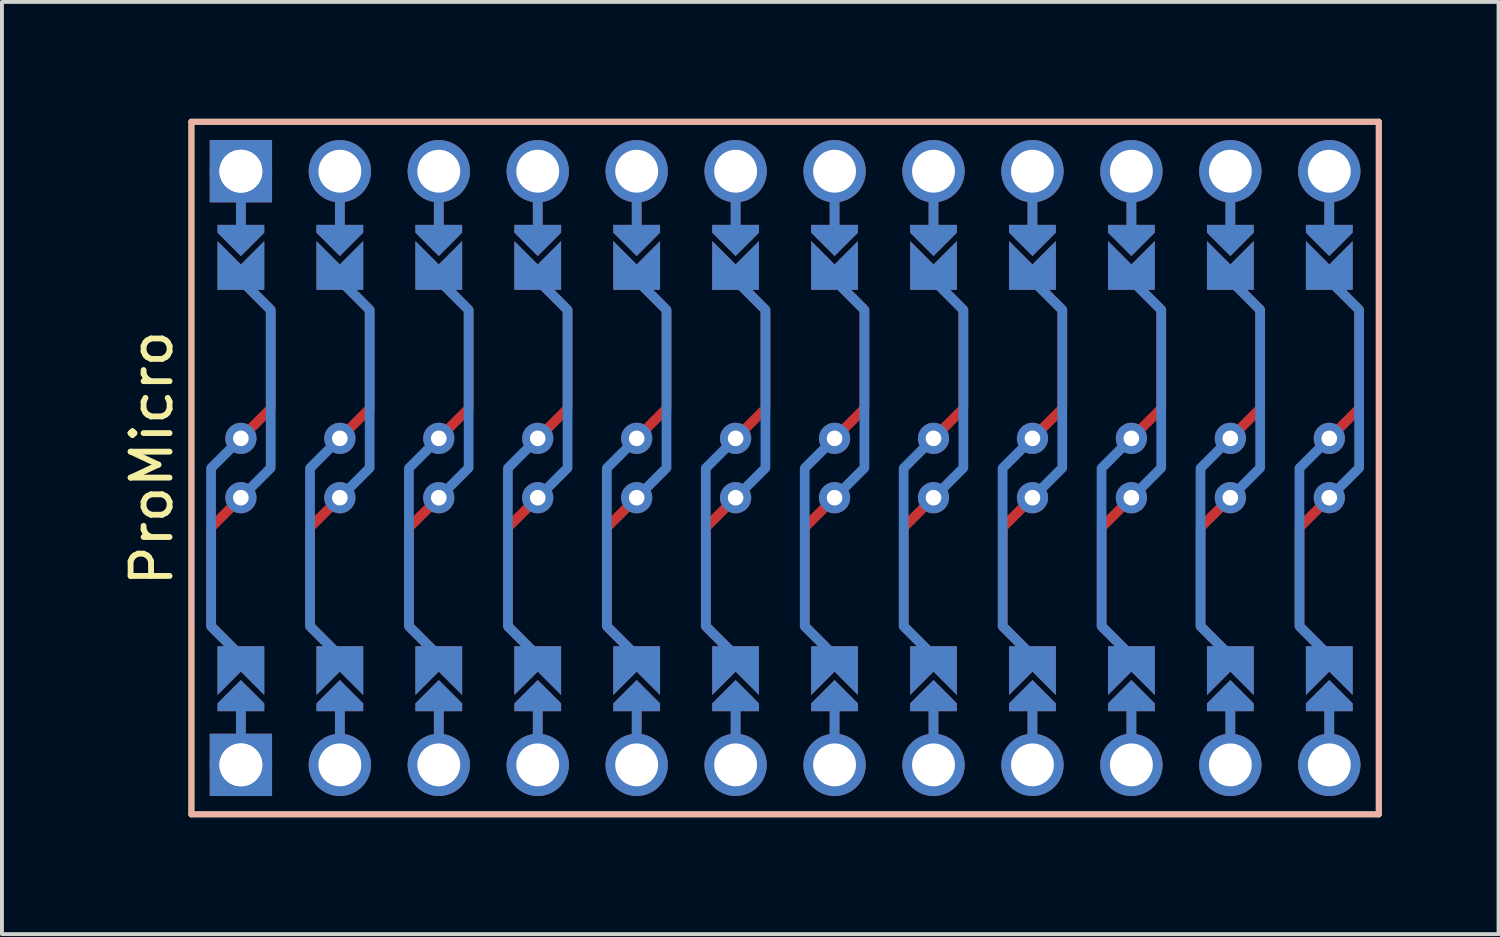
<source format=kicad_pcb>
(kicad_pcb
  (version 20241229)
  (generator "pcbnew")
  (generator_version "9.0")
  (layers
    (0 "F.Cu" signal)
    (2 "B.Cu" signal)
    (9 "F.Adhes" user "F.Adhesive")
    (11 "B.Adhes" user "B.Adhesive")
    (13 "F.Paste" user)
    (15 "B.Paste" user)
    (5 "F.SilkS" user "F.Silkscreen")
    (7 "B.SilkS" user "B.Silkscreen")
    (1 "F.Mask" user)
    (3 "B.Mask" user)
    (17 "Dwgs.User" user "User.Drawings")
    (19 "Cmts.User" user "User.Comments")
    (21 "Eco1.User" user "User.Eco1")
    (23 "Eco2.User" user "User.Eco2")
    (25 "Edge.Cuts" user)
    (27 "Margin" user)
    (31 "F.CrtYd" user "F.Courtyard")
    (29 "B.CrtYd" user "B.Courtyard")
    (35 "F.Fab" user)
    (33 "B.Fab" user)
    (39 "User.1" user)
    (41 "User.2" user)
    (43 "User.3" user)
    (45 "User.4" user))
  (footprint "ProMicro"
    (layer "F.Cu")
    (at 17.104 8.965)
    (property "Reference" "ProMicro" (at -16.256 -0.254 90) (layer "F.SilkS") (effects (font (size 1 1) (thickness 0.15))))
    (attr through_hole)
    (fp_circle (center -13.97 -0.762) (end -13.845 -0.762) (stroke (width 0.25) (type solid)) (fill no) (layer "F.Mask"))
    (fp_circle (center -13.97 0.762) (end -13.845 0.762) (stroke (width 0.25) (type solid)) (fill no) (layer "F.Mask"))
    (fp_circle (center -11.43 -0.762) (end -11.305 -0.762) (stroke (width 0.25) (type solid)) (fill no) (layer "F.Mask"))
    (fp_circle (center -11.43 0.762) (end -11.305 0.762) (stroke (width 0.25) (type solid)) (fill no) (layer "F.Mask"))
    (fp_circle (center -8.89 -0.762) (end -8.765 -0.762) (stroke (width 0.25) (type solid)) (fill no) (layer "F.Mask"))
    (fp_circle (center -8.89 0.762) (end -8.765 0.762) (stroke (width 0.25) (type solid)) (fill no) (layer "F.Mask"))
    (fp_circle (center -6.35 -0.762) (end -6.225 -0.762) (stroke (width 0.25) (type solid)) (fill no) (layer "F.Mask"))
    (fp_circle (center -6.35 0.762) (end -6.225 0.762) (stroke (width 0.25) (type solid)) (fill no) (layer "F.Mask"))
    (fp_circle (center -3.81 -0.762) (end -3.685 -0.762) (stroke (width 0.25) (type solid)) (fill no) (layer "F.Mask"))
    (fp_circle (center -3.81 0.762) (end -3.685 0.762) (stroke (width 0.25) (type solid)) (fill no) (layer "F.Mask"))
    (fp_circle (center -1.27 -0.762) (end -1.145 -0.762) (stroke (width 0.25) (type solid)) (fill no) (layer "F.Mask"))
    (fp_circle (center -1.27 0.762) (end -1.145 0.762) (stroke (width 0.25) (type solid)) (fill no) (layer "F.Mask"))
    (fp_circle (center 1.27 -0.762) (end 1.395 -0.762) (stroke (width 0.25) (type solid)) (fill no) (layer "F.Mask"))
    (fp_circle (center 1.27 0.762) (end 1.395 0.762) (stroke (width 0.25) (type solid)) (fill no) (layer "F.Mask"))
    (fp_circle (center 3.81 -0.762) (end 3.935 -0.762) (stroke (width 0.25) (type solid)) (fill no) (layer "F.Mask"))
    (fp_circle (center 3.81 0.762) (end 3.935 0.762) (stroke (width 0.25) (type solid)) (fill no) (layer "F.Mask"))
    (fp_circle (center 6.35 -0.762) (end 6.475 -0.762) (stroke (width 0.25) (type solid)) (fill no) (layer "F.Mask"))
    (fp_circle (center 6.35 0.762) (end 6.475 0.762) (stroke (width 0.25) (type solid)) (fill no) (layer "F.Mask"))
    (fp_circle (center 8.89 -0.762) (end 9.015 -0.762) (stroke (width 0.25) (type solid)) (fill no) (layer "F.Mask"))
    (fp_circle (center 8.89 0.762) (end 9.015 0.762) (stroke (width 0.25) (type solid)) (fill no) (layer "F.Mask"))
    (fp_circle (center 11.43 -0.762) (end 11.555 -0.762) (stroke (width 0.25) (type solid)) (fill no) (layer "F.Mask"))
    (fp_circle (center 11.43 0.762) (end 11.555 0.762) (stroke (width 0.25) (type solid)) (fill no) (layer "F.Mask"))
    (fp_circle (center 13.97 -0.762) (end 14.095 -0.762) (stroke (width 0.25) (type solid)) (fill no) (layer "F.Mask"))
    (fp_circle (center 13.97 0.762) (end 14.095 0.762) (stroke (width 0.25) (type solid)) (fill no) (layer "F.Mask"))
    (fp_poly (pts (xy -14.478 5.08) (xy -13.462 5.08) (xy -13.462 6.096) (xy -14.478 6.096)) (stroke (width 0.1) (type solid)) (fill yes) (layer "F.Mask"))
    (fp_poly (pts (xy -13.462 -5.08) (xy -14.478 -5.08) (xy -14.478 -6.096) (xy -13.462 -6.096)) (stroke (width 0.1) (type solid)) (fill yes) (layer "F.Mask"))
    (fp_poly (pts (xy -11.938 5.08) (xy -10.922 5.08) (xy -10.922 6.096) (xy -11.938 6.096)) (stroke (width 0.1) (type solid)) (fill yes) (layer "F.Mask"))
    (fp_poly (pts (xy -10.922 -5.08) (xy -11.938 -5.08) (xy -11.938 -6.096) (xy -10.922 -6.096)) (stroke (width 0.1) (type solid)) (fill yes) (layer "F.Mask"))
    (fp_poly (pts (xy -9.398 5.08) (xy -8.382 5.08) (xy -8.382 6.096) (xy -9.398 6.096)) (stroke (width 0.1) (type solid)) (fill yes) (layer "F.Mask"))
    (fp_poly (pts (xy -8.382 -5.08) (xy -9.398 -5.08) (xy -9.398 -6.096) (xy -8.382 -6.096)) (stroke (width 0.1) (type solid)) (fill yes) (layer "F.Mask"))
    (fp_poly (pts (xy -6.858 5.08) (xy -5.842 5.08) (xy -5.842 6.096) (xy -6.858 6.096)) (stroke (width 0.1) (type solid)) (fill yes) (layer "F.Mask"))
    (fp_poly (pts (xy -5.842 -5.08) (xy -6.858 -5.08) (xy -6.858 -6.096) (xy -5.842 -6.096)) (stroke (width 0.1) (type solid)) (fill yes) (layer "F.Mask"))
    (fp_poly (pts (xy -4.318 5.08) (xy -3.302 5.08) (xy -3.302 6.096) (xy -4.318 6.096)) (stroke (width 0.1) (type solid)) (fill yes) (layer "F.Mask"))
    (fp_poly (pts (xy -3.302 -5.08) (xy -4.318 -5.08) (xy -4.318 -6.096) (xy -3.302 -6.096)) (stroke (width 0.1) (type solid)) (fill yes) (layer "F.Mask"))
    (fp_poly (pts (xy -1.778 5.08) (xy -0.762 5.08) (xy -0.762 6.096) (xy -1.778 6.096)) (stroke (width 0.1) (type solid)) (fill yes) (layer "F.Mask"))
    (fp_poly (pts (xy -0.762 -5.08) (xy -1.778 -5.08) (xy -1.778 -6.096) (xy -0.762 -6.096)) (stroke (width 0.1) (type solid)) (fill yes) (layer "F.Mask"))
    (fp_poly (pts (xy 0.762 5.08) (xy 1.778 5.08) (xy 1.778 6.096) (xy 0.762 6.096)) (stroke (width 0.1) (type solid)) (fill yes) (layer "F.Mask"))
    (fp_poly (pts (xy 1.778 -5.08) (xy 0.762 -5.08) (xy 0.762 -6.096) (xy 1.778 -6.096)) (stroke (width 0.1) (type solid)) (fill yes) (layer "F.Mask"))
    (fp_poly (pts (xy 3.302 5.08) (xy 4.318 5.08) (xy 4.318 6.096) (xy 3.302 6.096)) (stroke (width 0.1) (type solid)) (fill yes) (layer "F.Mask"))
    (fp_poly (pts (xy 4.318 -5.08) (xy 3.302 -5.08) (xy 3.302 -6.096) (xy 4.318 -6.096)) (stroke (width 0.1) (type solid)) (fill yes) (layer "F.Mask"))
    (fp_poly (pts (xy 5.842 5.08) (xy 6.858 5.08) (xy 6.858 6.096) (xy 5.842 6.096)) (stroke (width 0.1) (type solid)) (fill yes) (layer "F.Mask"))
    (fp_poly (pts (xy 6.858 -5.08) (xy 5.842 -5.08) (xy 5.842 -6.096) (xy 6.858 -6.096)) (stroke (width 0.1) (type solid)) (fill yes) (layer "F.Mask"))
    (fp_poly (pts (xy 8.382 5.08) (xy 9.398 5.08) (xy 9.398 6.096) (xy 8.382 6.096)) (stroke (width 0.1) (type solid)) (fill yes) (layer "F.Mask"))
    (fp_poly (pts (xy 9.398 -5.08) (xy 8.382 -5.08) (xy 8.382 -6.096) (xy 9.398 -6.096)) (stroke (width 0.1) (type solid)) (fill yes) (layer "F.Mask"))
    (fp_poly (pts (xy 10.922 5.08) (xy 11.938 5.08) (xy 11.938 6.096) (xy 10.922 6.096)) (stroke (width 0.1) (type solid)) (fill yes) (layer "F.Mask"))
    (fp_poly (pts (xy 11.938 -5.08) (xy 10.922 -5.08) (xy 10.922 -6.096) (xy 11.938 -6.096)) (stroke (width 0.1) (type solid)) (fill yes) (layer "F.Mask"))
    (fp_poly (pts (xy 13.462 5.08) (xy 14.478 5.08) (xy 14.478 6.096) (xy 13.462 6.096)) (stroke (width 0.1) (type solid)) (fill yes) (layer "F.Mask"))
    (fp_poly (pts (xy 14.478 -5.08) (xy 13.462 -5.08) (xy 13.462 -6.096) (xy 14.478 -6.096)) (stroke (width 0.1) (type solid)) (fill yes) (layer "F.Mask"))
    (fp_circle (center -13.97 -0.762) (end -13.845 -0.762) (stroke (width 0.25) (type solid)) (fill no) (layer "B.Mask"))
    (fp_circle (center -13.97 0.762) (end -13.845 0.762) (stroke (width 0.25) (type solid)) (fill no) (layer "B.Mask"))
    (fp_circle (center -11.43 -0.762) (end -11.305 -0.762) (stroke (width 0.25) (type solid)) (fill no) (layer "B.Mask"))
    (fp_circle (center -11.43 0.762) (end -11.305 0.762) (stroke (width 0.25) (type solid)) (fill no) (layer "B.Mask"))
    (fp_circle (center -8.89 -0.762) (end -8.765 -0.762) (stroke (width 0.25) (type solid)) (fill no) (layer "B.Mask"))
    (fp_circle (center -8.89 0.762) (end -8.765 0.762) (stroke (width 0.25) (type solid)) (fill no) (layer "B.Mask"))
    (fp_circle (center -6.35 -0.762) (end -6.225 -0.762) (stroke (width 0.25) (type solid)) (fill no) (layer "B.Mask"))
    (fp_circle (center -6.35 0.762) (end -6.225 0.762) (stroke (width 0.25) (type solid)) (fill no) (layer "B.Mask"))
    (fp_circle (center -3.81 -0.762) (end -3.685 -0.762) (stroke (width 0.25) (type solid)) (fill no) (layer "B.Mask"))
    (fp_circle (center -3.81 0.762) (end -3.685 0.762) (stroke (width 0.25) (type solid)) (fill no) (layer "B.Mask"))
    (fp_circle (center -1.27 -0.762) (end -1.145 -0.762) (stroke (width 0.25) (type solid)) (fill no) (layer "B.Mask"))
    (fp_circle (center -1.27 0.762) (end -1.145 0.762) (stroke (width 0.25) (type solid)) (fill no) (layer "B.Mask"))
    (fp_circle (center 1.27 -0.762) (end 1.395 -0.762) (stroke (width 0.25) (type solid)) (fill no) (layer "B.Mask"))
    (fp_circle (center 1.27 0.762) (end 1.395 0.762) (stroke (width 0.25) (type solid)) (fill no) (layer "B.Mask"))
    (fp_circle (center 3.81 -0.762) (end 3.935 -0.762) (stroke (width 0.25) (type solid)) (fill no) (layer "B.Mask"))
    (fp_circle (center 3.81 0.762) (end 3.935 0.762) (stroke (width 0.25) (type solid)) (fill no) (layer "B.Mask"))
    (fp_circle (center 6.35 -0.762) (end 6.475 -0.762) (stroke (width 0.25) (type solid)) (fill no) (layer "B.Mask"))
    (fp_circle (center 6.35 0.762) (end 6.475 0.762) (stroke (width 0.25) (type solid)) (fill no) (layer "B.Mask"))
    (fp_circle (center 8.89 -0.762) (end 9.015 -0.762) (stroke (width 0.25) (type solid)) (fill no) (layer "B.Mask"))
    (fp_circle (center 8.89 0.762) (end 9.015 0.762) (stroke (width 0.25) (type solid)) (fill no) (layer "B.Mask"))
    (fp_circle (center 11.43 -0.762) (end 11.555 -0.762) (stroke (width 0.25) (type solid)) (fill no) (layer "B.Mask"))
    (fp_circle (center 11.43 0.762) (end 11.555 0.762) (stroke (width 0.25) (type solid)) (fill no) (layer "B.Mask"))
    (fp_circle (center 13.97 -0.762) (end 14.095 -0.762) (stroke (width 0.25) (type solid)) (fill no) (layer "B.Mask"))
    (fp_circle (center 13.97 0.762) (end 14.095 0.762) (stroke (width 0.25) (type solid)) (fill no) (layer "B.Mask"))
    (fp_poly (pts (xy -14.478 5.08) (xy -13.462 5.08) (xy -13.462 6.096) (xy -14.478 6.096)) (stroke (width 0.1) (type solid)) (fill yes) (layer "B.Mask"))
    (fp_poly (pts (xy -13.462 -5.08) (xy -14.478 -5.08) (xy -14.478 -6.096) (xy -13.462 -6.096)) (stroke (width 0.1) (type solid)) (fill yes) (layer "B.Mask"))
    (fp_poly (pts (xy -11.938 5.08) (xy -10.922 5.08) (xy -10.922 6.096) (xy -11.938 6.096)) (stroke (width 0.1) (type solid)) (fill yes) (layer "B.Mask"))
    (fp_poly (pts (xy -10.922 -5.08) (xy -11.938 -5.08) (xy -11.938 -6.096) (xy -10.922 -6.096)) (stroke (width 0.1) (type solid)) (fill yes) (layer "B.Mask"))
    (fp_poly (pts (xy -9.398 5.08) (xy -8.382 5.08) (xy -8.382 6.096) (xy -9.398 6.096)) (stroke (width 0.1) (type solid)) (fill yes) (layer "B.Mask"))
    (fp_poly (pts (xy -8.382 -5.08) (xy -9.398 -5.08) (xy -9.398 -6.096) (xy -8.382 -6.096)) (stroke (width 0.1) (type solid)) (fill yes) (layer "B.Mask"))
    (fp_poly (pts (xy -6.858 5.08) (xy -5.842 5.08) (xy -5.842 6.096) (xy -6.858 6.096)) (stroke (width 0.1) (type solid)) (fill yes) (layer "B.Mask"))
    (fp_poly (pts (xy -5.842 -5.08) (xy -6.858 -5.08) (xy -6.858 -6.096) (xy -5.842 -6.096)) (stroke (width 0.1) (type solid)) (fill yes) (layer "B.Mask"))
    (fp_poly (pts (xy -4.318 5.08) (xy -3.302 5.08) (xy -3.302 6.096) (xy -4.318 6.096)) (stroke (width 0.1) (type solid)) (fill yes) (layer "B.Mask"))
    (fp_poly (pts (xy -3.302 -5.08) (xy -4.318 -5.08) (xy -4.318 -6.096) (xy -3.302 -6.096)) (stroke (width 0.1) (type solid)) (fill yes) (layer "B.Mask"))
    (fp_poly (pts (xy -1.778 5.08) (xy -0.762 5.08) (xy -0.762 6.096) (xy -1.778 6.096)) (stroke (width 0.1) (type solid)) (fill yes) (layer "B.Mask"))
    (fp_poly (pts (xy -0.762 -5.08) (xy -1.778 -5.08) (xy -1.778 -6.096) (xy -0.762 -6.096)) (stroke (width 0.1) (type solid)) (fill yes) (layer "B.Mask"))
    (fp_poly (pts (xy 0.762 5.08) (xy 1.778 5.08) (xy 1.778 6.096) (xy 0.762 6.096)) (stroke (width 0.1) (type solid)) (fill yes) (layer "B.Mask"))
    (fp_poly (pts (xy 1.778 -5.08) (xy 0.762 -5.08) (xy 0.762 -6.096) (xy 1.778 -6.096)) (stroke (width 0.1) (type solid)) (fill yes) (layer "B.Mask"))
    (fp_poly (pts (xy 3.302 5.08) (xy 4.318 5.08) (xy 4.318 6.096) (xy 3.302 6.096)) (stroke (width 0.1) (type solid)) (fill yes) (layer "B.Mask"))
    (fp_poly (pts (xy 4.318 -5.08) (xy 3.302 -5.08) (xy 3.302 -6.096) (xy 4.318 -6.096)) (stroke (width 0.1) (type solid)) (fill yes) (layer "B.Mask"))
    (fp_poly (pts (xy 5.842 5.08) (xy 6.858 5.08) (xy 6.858 6.096) (xy 5.842 6.096)) (stroke (width 0.1) (type solid)) (fill yes) (layer "B.Mask"))
    (fp_poly (pts (xy 6.858 -5.08) (xy 5.842 -5.08) (xy 5.842 -6.096) (xy 6.858 -6.096)) (stroke (width 0.1) (type solid)) (fill yes) (layer "B.Mask"))
    (fp_poly (pts (xy 8.382 5.08) (xy 9.398 5.08) (xy 9.398 6.096) (xy 8.382 6.096)) (stroke (width 0.1) (type solid)) (fill yes) (layer "B.Mask"))
    (fp_poly (pts (xy 9.398 -5.08) (xy 8.382 -5.08) (xy 8.382 -6.096) (xy 9.398 -6.096)) (stroke (width 0.1) (type solid)) (fill yes) (layer "B.Mask"))
    (fp_poly (pts (xy 10.922 5.08) (xy 11.938 5.08) (xy 11.938 6.096) (xy 10.922 6.096)) (stroke (width 0.1) (type solid)) (fill yes) (layer "B.Mask"))
    (fp_poly (pts (xy 11.938 -5.08) (xy 10.922 -5.08) (xy 10.922 -6.096) (xy 11.938 -6.096)) (stroke (width 0.1) (type solid)) (fill yes) (layer "B.Mask"))
    (fp_poly (pts (xy 13.462 5.08) (xy 14.478 5.08) (xy 14.478 6.096) (xy 13.462 6.096)) (stroke (width 0.1) (type solid)) (fill yes) (layer "B.Mask"))
    (fp_poly (pts (xy 14.478 -5.08) (xy 13.462 -5.08) (xy 13.462 -6.096) (xy 14.478 -6.096)) (stroke (width 0.1) (type solid)) (fill yes) (layer "B.Mask"))
    (fp_line (start -15.24 -8.89) (end 15.24 -8.89) (stroke (width 0.15) (type solid)) (layer "F.SilkS"))
    (fp_line (start -15.24 8.89) (end -15.24 -8.89) (stroke (width 0.15) (type solid)) (layer "F.SilkS"))
    (fp_line (start -15.24 8.89) (end 15.24 8.89) (stroke (width 0.15) (type solid)) (layer "F.SilkS"))
    (fp_line (start 15.24 -8.89) (end 15.24 8.89) (stroke (width 0.15) (type solid)) (layer "F.SilkS"))
    (fp_line (start -15.24 -8.89) (end 15.24 -8.89) (stroke (width 0.15) (type solid)) (layer "B.SilkS"))
    (fp_line (start -15.24 8.89) (end -15.24 -8.89) (stroke (width 0.15) (type solid)) (layer "B.SilkS"))
    (fp_line (start -15.24 8.89) (end 15.24 8.89) (stroke (width 0.15) (type solid)) (layer "B.SilkS"))
    (fp_line (start 15.24 -8.89) (end 15.24 8.89) (stroke (width 0.15) (type solid)) (layer "B.SilkS"))
    (pad "" thru_hole circle (at -13.97 -7.62) (size 1.6 1.6) (drill 1.1) (layers "*.Cu" "*.Mask"))
    (pad "" thru_hole rect (at -13.97 -7.62) (size 1.6 1.6) (drill 1.1) (layers "B.Cu" "B.Mask"))
    (pad "" smd custom (at -13.97 -6.35) (size 0.25 1) (layers "F.Cu") (options (anchor rect)) (primitives))
    (pad "" smd custom (at -13.97 -6.35) (size 0.25 1) (layers "B.Cu") (options (anchor rect)) (primitives))
    (pad "" smd custom (at -13.97 -5.842) (size 0.1 0.1) (layers "F.Cu" "F.Mask") (options (anchor rect)) (primitives (gr_poly (pts (xy 0.6 -0.4) (xy -0.6 -0.4) (xy -0.6 -0.2) (xy 0 0.4) (xy 0.6 -0.2)) (width 0) (fill yes))))
    (pad "" smd custom (at -13.97 -5.842) (size 0.1 0.1) (layers "B.Cu" "B.Mask") (options (anchor rect)) (primitives (gr_poly (pts (xy 0.6 -0.4) (xy -0.6 -0.4) (xy -0.6 -0.2) (xy 0 0.4) (xy 0.6 -0.2)) (width 0) (fill yes))))
    (pad "" smd custom (at -13.97 5.842 180) (size 0.1 0.1) (layers "F.Cu" "F.Mask") (options (anchor rect)) (primitives (gr_poly (pts (xy 0.6 -0.4) (xy -0.6 -0.4) (xy -0.6 -0.2) (xy 0 0.4) (xy 0.6 -0.2)) (width 0) (fill yes))))
    (pad "" smd custom (at -13.97 5.842 180) (size 0.1 0.1) (layers "B.Cu" "B.Mask") (options (anchor rect)) (primitives (gr_poly (pts (xy 0.6 -0.4) (xy -0.6 -0.4) (xy -0.6 -0.2) (xy 0 0.4) (xy 0.6 -0.2)) (width 0) (fill yes))))
    (pad "" smd custom (at -13.97 6.35 180) (size 0.25 1) (layers "F.Cu") (options (anchor rect)) (primitives))
    (pad "" smd custom (at -13.97 6.35 180) (size 0.25 1) (layers "B.Cu") (options (anchor rect)) (primitives))
    (pad "" thru_hole circle (at -13.97 7.62) (size 1.6 1.6) (drill 1.1) (layers "*.Cu" "*.Mask"))
    (pad "" thru_hole rect (at -13.97 7.62) (size 1.6 1.6) (drill 1.1) (layers "F.Cu" "F.Mask"))
    (pad "" thru_hole circle (at -11.43 -7.62) (size 1.6 1.6) (drill 1.1) (layers "*.Cu" "*.Mask"))
    (pad "" smd custom (at -11.43 -6.35) (size 0.25 1) (layers "F.Cu") (options (anchor rect)) (primitives))
    (pad "" smd custom (at -11.43 -6.35) (size 0.25 1) (layers "B.Cu") (options (anchor rect)) (primitives))
    (pad "" smd custom (at -11.43 -5.842) (size 0.1 0.1) (layers "F.Cu" "F.Mask") (options (anchor rect)) (primitives (gr_poly (pts (xy 0.6 -0.4) (xy -0.6 -0.4) (xy -0.6 -0.2) (xy 0 0.4) (xy 0.6 -0.2)) (width 0) (fill yes))))
    (pad "" smd custom (at -11.43 -5.842) (size 0.1 0.1) (layers "B.Cu" "B.Mask") (options (anchor rect)) (primitives (gr_poly (pts (xy 0.6 -0.4) (xy -0.6 -0.4) (xy -0.6 -0.2) (xy 0 0.4) (xy 0.6 -0.2)) (width 0) (fill yes))))
    (pad "" smd custom (at -11.43 5.842 180) (size 0.1 0.1) (layers "F.Cu" "F.Mask") (options (anchor rect)) (primitives (gr_poly (pts (xy 0.6 -0.4) (xy -0.6 -0.4) (xy -0.6 -0.2) (xy 0 0.4) (xy 0.6 -0.2)) (width 0) (fill yes))))
    (pad "" smd custom (at -11.43 5.842 180) (size 0.1 0.1) (layers "B.Cu" "B.Mask") (options (anchor rect)) (primitives (gr_poly (pts (xy 0.6 -0.4) (xy -0.6 -0.4) (xy -0.6 -0.2) (xy 0 0.4) (xy 0.6 -0.2)) (width 0) (fill yes))))
    (pad "" smd custom (at -11.43 6.35 180) (size 0.25 1) (layers "F.Cu") (options (anchor rect)) (primitives))
    (pad "" smd custom (at -11.43 6.35 180) (size 0.25 1) (layers "B.Cu") (options (anchor rect)) (primitives))
    (pad "" thru_hole circle (at -11.43 7.62) (size 1.6 1.6) (drill 1.1) (layers "*.Cu" "*.Mask"))
    (pad "" thru_hole circle (at -8.89 -7.62) (size 1.6 1.6) (drill 1.1) (layers "*.Cu" "*.Mask"))
    (pad "" smd custom (at -8.89 -6.35) (size 0.25 1) (layers "F.Cu") (options (anchor rect)) (primitives))
    (pad "" smd custom (at -8.89 -6.35) (size 0.25 1) (layers "B.Cu") (options (anchor rect)) (primitives))
    (pad "" smd custom (at -8.89 -5.842) (size 0.1 0.1) (layers "F.Cu" "F.Mask") (options (anchor rect)) (primitives (gr_poly (pts (xy 0.6 -0.4) (xy -0.6 -0.4) (xy -0.6 -0.2) (xy 0 0.4) (xy 0.6 -0.2)) (width 0) (fill yes))))
    (pad "" smd custom (at -8.89 -5.842) (size 0.1 0.1) (layers "B.Cu" "B.Mask") (options (anchor rect)) (primitives (gr_poly (pts (xy 0.6 -0.4) (xy -0.6 -0.4) (xy -0.6 -0.2) (xy 0 0.4) (xy 0.6 -0.2)) (width 0) (fill yes))))
    (pad "" smd custom (at -8.89 5.842 180) (size 0.1 0.1) (layers "F.Cu" "F.Mask") (options (anchor rect)) (primitives (gr_poly (pts (xy 0.6 -0.4) (xy -0.6 -0.4) (xy -0.6 -0.2) (xy 0 0.4) (xy 0.6 -0.2)) (width 0) (fill yes))))
    (pad "" smd custom (at -8.89 5.842 180) (size 0.1 0.1) (layers "B.Cu" "B.Mask") (options (anchor rect)) (primitives (gr_poly (pts (xy 0.6 -0.4) (xy -0.6 -0.4) (xy -0.6 -0.2) (xy 0 0.4) (xy 0.6 -0.2)) (width 0) (fill yes))))
    (pad "" smd custom (at -8.89 6.35 180) (size 0.25 1) (layers "F.Cu") (options (anchor rect)) (primitives))
    (pad "" smd custom (at -8.89 6.35 180) (size 0.25 1) (layers "B.Cu") (options (anchor rect)) (primitives))
    (pad "" thru_hole circle (at -8.89 7.62) (size 1.6 1.6) (drill 1.1) (layers "*.Cu" "*.Mask"))
    (pad "" thru_hole circle (at -6.35 -7.62) (size 1.6 1.6) (drill 1.1) (layers "*.Cu" "*.Mask"))
    (pad "" smd custom (at -6.35 -6.35) (size 0.25 1) (layers "F.Cu") (options (anchor rect)) (primitives))
    (pad "" smd custom (at -6.35 -6.35) (size 0.25 1) (layers "B.Cu") (options (anchor rect)) (primitives))
    (pad "" smd custom (at -6.35 -5.842) (size 0.1 0.1) (layers "F.Cu" "F.Mask") (options (anchor rect)) (primitives (gr_poly (pts (xy 0.6 -0.4) (xy -0.6 -0.4) (xy -0.6 -0.2) (xy 0 0.4) (xy 0.6 -0.2)) (width 0) (fill yes))))
    (pad "" smd custom (at -6.35 -5.842) (size 0.1 0.1) (layers "B.Cu" "B.Mask") (options (anchor rect)) (primitives (gr_poly (pts (xy 0.6 -0.4) (xy -0.6 -0.4) (xy -0.6 -0.2) (xy 0 0.4) (xy 0.6 -0.2)) (width 0) (fill yes))))
    (pad "" smd custom (at -6.35 5.842 180) (size 0.1 0.1) (layers "F.Cu" "F.Mask") (options (anchor rect)) (primitives (gr_poly (pts (xy 0.6 -0.4) (xy -0.6 -0.4) (xy -0.6 -0.2) (xy 0 0.4) (xy 0.6 -0.2)) (width 0) (fill yes))))
    (pad "" smd custom (at -6.35 5.842 180) (size 0.1 0.1) (layers "B.Cu" "B.Mask") (options (anchor rect)) (primitives (gr_poly (pts (xy 0.6 -0.4) (xy -0.6 -0.4) (xy -0.6 -0.2) (xy 0 0.4) (xy 0.6 -0.2)) (width 0) (fill yes))))
    (pad "" smd custom (at -6.35 6.35 180) (size 0.25 1) (layers "F.Cu") (options (anchor rect)) (primitives))
    (pad "" smd custom (at -6.35 6.35 180) (size 0.25 1) (layers "B.Cu") (options (anchor rect)) (primitives))
    (pad "" thru_hole circle (at -6.35 7.62) (size 1.6 1.6) (drill 1.1) (layers "*.Cu" "*.Mask"))
    (pad "" thru_hole circle (at -3.81 -7.62) (size 1.6 1.6) (drill 1.1) (layers "*.Cu" "*.Mask"))
    (pad "" smd custom (at -3.81 -6.35) (size 0.25 1) (layers "F.Cu") (options (anchor rect)) (primitives))
    (pad "" smd custom (at -3.81 -6.35) (size 0.25 1) (layers "B.Cu") (options (anchor rect)) (primitives))
    (pad "" smd custom (at -3.81 -5.842) (size 0.1 0.1) (layers "F.Cu" "F.Mask") (options (anchor rect)) (primitives (gr_poly (pts (xy 0.6 -0.4) (xy -0.6 -0.4) (xy -0.6 -0.2) (xy 0 0.4) (xy 0.6 -0.2)) (width 0) (fill yes))))
    (pad "" smd custom (at -3.81 -5.842) (size 0.1 0.1) (layers "B.Cu" "B.Mask") (options (anchor rect)) (primitives (gr_poly (pts (xy 0.6 -0.4) (xy -0.6 -0.4) (xy -0.6 -0.2) (xy 0 0.4) (xy 0.6 -0.2)) (width 0) (fill yes))))
    (pad "" smd custom (at -3.81 5.842 180) (size 0.1 0.1) (layers "F.Cu" "F.Mask") (options (anchor rect)) (primitives (gr_poly (pts (xy 0.6 -0.4) (xy -0.6 -0.4) (xy -0.6 -0.2) (xy 0 0.4) (xy 0.6 -0.2)) (width 0) (fill yes))))
    (pad "" smd custom (at -3.81 5.842 180) (size 0.1 0.1) (layers "B.Cu" "B.Mask") (options (anchor rect)) (primitives (gr_poly (pts (xy 0.6 -0.4) (xy -0.6 -0.4) (xy -0.6 -0.2) (xy 0 0.4) (xy 0.6 -0.2)) (width 0) (fill yes))))
    (pad "" smd custom (at -3.81 6.35 180) (size 0.25 1) (layers "F.Cu") (options (anchor rect)) (primitives))
    (pad "" smd custom (at -3.81 6.35 180) (size 0.25 1) (layers "B.Cu") (options (anchor rect)) (primitives))
    (pad "" thru_hole circle (at -3.81 7.62) (size 1.6 1.6) (drill 1.1) (layers "*.Cu" "*.Mask"))
    (pad "" thru_hole circle (at -1.27 -7.62) (size 1.6 1.6) (drill 1.1) (layers "*.Cu" "*.Mask"))
    (pad "" smd custom (at -1.27 -6.35) (size 0.25 1) (layers "F.Cu") (options (anchor rect)) (primitives))
    (pad "" smd custom (at -1.27 -6.35) (size 0.25 1) (layers "B.Cu") (options (anchor rect)) (primitives))
    (pad "" smd custom (at -1.27 -5.842) (size 0.1 0.1) (layers "F.Cu" "F.Mask") (options (anchor rect)) (primitives (gr_poly (pts (xy 0.6 -0.4) (xy -0.6 -0.4) (xy -0.6 -0.2) (xy 0 0.4) (xy 0.6 -0.2)) (width 0) (fill yes))))
    (pad "" smd custom (at -1.27 -5.842) (size 0.1 0.1) (layers "B.Cu" "B.Mask") (options (anchor rect)) (primitives (gr_poly (pts (xy 0.6 -0.4) (xy -0.6 -0.4) (xy -0.6 -0.2) (xy 0 0.4) (xy 0.6 -0.2)) (width 0) (fill yes))))
    (pad "" smd custom (at -1.27 5.842 180) (size 0.1 0.1) (layers "F.Cu" "F.Mask") (options (anchor rect)) (primitives (gr_poly (pts (xy 0.6 -0.4) (xy -0.6 -0.4) (xy -0.6 -0.2) (xy 0 0.4) (xy 0.6 -0.2)) (width 0) (fill yes))))
    (pad "" smd custom (at -1.27 5.842 180) (size 0.1 0.1) (layers "B.Cu" "B.Mask") (options (anchor rect)) (primitives (gr_poly (pts (xy 0.6 -0.4) (xy -0.6 -0.4) (xy -0.6 -0.2) (xy 0 0.4) (xy 0.6 -0.2)) (width 0) (fill yes))))
    (pad "" smd custom (at -1.27 6.35 180) (size 0.25 1) (layers "F.Cu") (options (anchor rect)) (primitives))
    (pad "" smd custom (at -1.27 6.35 180) (size 0.25 1) (layers "B.Cu") (options (anchor rect)) (primitives))
    (pad "" thru_hole circle (at -1.27 7.62) (size 1.6 1.6) (drill 1.1) (layers "*.Cu" "*.Mask"))
    (pad "" thru_hole circle (at 1.27 -7.62) (size 1.6 1.6) (drill 1.1) (layers "*.Cu" "*.Mask"))
    (pad "" smd custom (at 1.27 -6.35) (size 0.25 1) (layers "F.Cu") (options (anchor rect)) (primitives))
    (pad "" smd custom (at 1.27 -6.35) (size 0.25 1) (layers "B.Cu") (options (anchor rect)) (primitives))
    (pad "" smd custom (at 1.27 -5.842) (size 0.1 0.1) (layers "F.Cu" "F.Mask") (options (anchor rect)) (primitives (gr_poly (pts (xy 0.6 -0.4) (xy -0.6 -0.4) (xy -0.6 -0.2) (xy 0 0.4) (xy 0.6 -0.2)) (width 0) (fill yes))))
    (pad "" smd custom (at 1.27 -5.842) (size 0.1 0.1) (layers "B.Cu" "B.Mask") (options (anchor rect)) (primitives (gr_poly (pts (xy 0.6 -0.4) (xy -0.6 -0.4) (xy -0.6 -0.2) (xy 0 0.4) (xy 0.6 -0.2)) (width 0) (fill yes))))
    (pad "" smd custom (at 1.27 5.842 180) (size 0.1 0.1) (layers "F.Cu" "F.Mask") (options (anchor rect)) (primitives (gr_poly (pts (xy 0.6 -0.4) (xy -0.6 -0.4) (xy -0.6 -0.2) (xy 0 0.4) (xy 0.6 -0.2)) (width 0) (fill yes))))
    (pad "" smd custom (at 1.27 5.842 180) (size 0.1 0.1) (layers "B.Cu" "B.Mask") (options (anchor rect)) (primitives (gr_poly (pts (xy 0.6 -0.4) (xy -0.6 -0.4) (xy -0.6 -0.2) (xy 0 0.4) (xy 0.6 -0.2)) (width 0) (fill yes))))
    (pad "" smd custom (at 1.27 6.35 180) (size 0.25 1) (layers "F.Cu") (options (anchor rect)) (primitives))
    (pad "" smd custom (at 1.27 6.35 180) (size 0.25 1) (layers "B.Cu") (options (anchor rect)) (primitives))
    (pad "" thru_hole circle (at 1.27 7.62) (size 1.6 1.6) (drill 1.1) (layers "*.Cu" "*.Mask"))
    (pad "" thru_hole circle (at 3.81 -7.62) (size 1.6 1.6) (drill 1.1) (layers "*.Cu" "*.Mask"))
    (pad "" smd custom (at 3.81 -6.35) (size 0.25 1) (layers "F.Cu") (options (anchor rect)) (primitives))
    (pad "" smd custom (at 3.81 -6.35) (size 0.25 1) (layers "B.Cu") (options (anchor rect)) (primitives))
    (pad "" smd custom (at 3.81 -5.842) (size 0.1 0.1) (layers "F.Cu" "F.Mask") (options (anchor rect)) (primitives (gr_poly (pts (xy 0.6 -0.4) (xy -0.6 -0.4) (xy -0.6 -0.2) (xy 0 0.4) (xy 0.6 -0.2)) (width 0) (fill yes))))
    (pad "" smd custom (at 3.81 -5.842) (size 0.1 0.1) (layers "B.Cu" "B.Mask") (options (anchor rect)) (primitives (gr_poly (pts (xy 0.6 -0.4) (xy -0.6 -0.4) (xy -0.6 -0.2) (xy 0 0.4) (xy 0.6 -0.2)) (width 0) (fill yes))))
    (pad "" smd custom (at 3.81 5.842 180) (size 0.1 0.1) (layers "F.Cu" "F.Mask") (options (anchor rect)) (primitives (gr_poly (pts (xy 0.6 -0.4) (xy -0.6 -0.4) (xy -0.6 -0.2) (xy 0 0.4) (xy 0.6 -0.2)) (width 0) (fill yes))))
    (pad "" smd custom (at 3.81 5.842 180) (size 0.1 0.1) (layers "B.Cu" "B.Mask") (options (anchor rect)) (primitives (gr_poly (pts (xy 0.6 -0.4) (xy -0.6 -0.4) (xy -0.6 -0.2) (xy 0 0.4) (xy 0.6 -0.2)) (width 0) (fill yes))))
    (pad "" smd custom (at 3.81 6.35 180) (size 0.25 1) (layers "F.Cu") (options (anchor rect)) (primitives))
    (pad "" smd custom (at 3.81 6.35 180) (size 0.25 1) (layers "B.Cu") (options (anchor rect)) (primitives))
    (pad "" thru_hole circle (at 3.81 7.62) (size 1.6 1.6) (drill 1.1) (layers "*.Cu" "*.Mask"))
    (pad "" thru_hole circle (at 6.35 -7.62) (size 1.6 1.6) (drill 1.1) (layers "*.Cu" "*.Mask"))
    (pad "" smd custom (at 6.35 -6.35) (size 0.25 1) (layers "F.Cu") (options (anchor rect)) (primitives))
    (pad "" smd custom (at 6.35 -6.35) (size 0.25 1) (layers "B.Cu") (options (anchor rect)) (primitives))
    (pad "" smd custom (at 6.35 -5.842) (size 0.1 0.1) (layers "F.Cu" "F.Mask") (options (anchor rect)) (primitives (gr_poly (pts (xy 0.6 -0.4) (xy -0.6 -0.4) (xy -0.6 -0.2) (xy 0 0.4) (xy 0.6 -0.2)) (width 0) (fill yes))))
    (pad "" smd custom (at 6.35 -5.842) (size 0.1 0.1) (layers "B.Cu" "B.Mask") (options (anchor rect)) (primitives (gr_poly (pts (xy 0.6 -0.4) (xy -0.6 -0.4) (xy -0.6 -0.2) (xy 0 0.4) (xy 0.6 -0.2)) (width 0) (fill yes))))
    (pad "" smd custom (at 6.35 5.842 180) (size 0.1 0.1) (layers "F.Cu" "F.Mask") (options (anchor rect)) (primitives (gr_poly (pts (xy 0.6 -0.4) (xy -0.6 -0.4) (xy -0.6 -0.2) (xy 0 0.4) (xy 0.6 -0.2)) (width 0) (fill yes))))
    (pad "" smd custom (at 6.35 5.842 180) (size 0.1 0.1) (layers "B.Cu" "B.Mask") (options (anchor rect)) (primitives (gr_poly (pts (xy 0.6 -0.4) (xy -0.6 -0.4) (xy -0.6 -0.2) (xy 0 0.4) (xy 0.6 -0.2)) (width 0) (fill yes))))
    (pad "" smd custom (at 6.35 6.35 180) (size 0.25 1) (layers "F.Cu") (options (anchor rect)) (primitives))
    (pad "" smd custom (at 6.35 6.35 180) (size 0.25 1) (layers "B.Cu") (options (anchor rect)) (primitives))
    (pad "" thru_hole circle (at 6.35 7.62) (size 1.6 1.6) (drill 1.1) (layers "*.Cu" "*.Mask"))
    (pad "" thru_hole circle (at 8.89 -7.62) (size 1.6 1.6) (drill 1.1) (layers "*.Cu" "*.Mask"))
    (pad "" smd custom (at 8.89 -6.35) (size 0.25 1) (layers "F.Cu") (options (anchor rect)) (primitives))
    (pad "" smd custom (at 8.89 -6.35) (size 0.25 1) (layers "B.Cu") (options (anchor rect)) (primitives))
    (pad "" smd custom (at 8.89 -5.842) (size 0.1 0.1) (layers "F.Cu" "F.Mask") (options (anchor rect)) (primitives (gr_poly (pts (xy 0.6 -0.4) (xy -0.6 -0.4) (xy -0.6 -0.2) (xy 0 0.4) (xy 0.6 -0.2)) (width 0) (fill yes))))
    (pad "" smd custom (at 8.89 -5.842) (size 0.1 0.1) (layers "B.Cu" "B.Mask") (options (anchor rect)) (primitives (gr_poly (pts (xy 0.6 -0.4) (xy -0.6 -0.4) (xy -0.6 -0.2) (xy 0 0.4) (xy 0.6 -0.2)) (width 0) (fill yes))))
    (pad "" smd custom (at 8.89 5.842 180) (size 0.1 0.1) (layers "F.Cu" "F.Mask") (options (anchor rect)) (primitives (gr_poly (pts (xy 0.6 -0.4) (xy -0.6 -0.4) (xy -0.6 -0.2) (xy 0 0.4) (xy 0.6 -0.2)) (width 0) (fill yes))))
    (pad "" smd custom (at 8.89 5.842 180) (size 0.1 0.1) (layers "B.Cu" "B.Mask") (options (anchor rect)) (primitives (gr_poly (pts (xy 0.6 -0.4) (xy -0.6 -0.4) (xy -0.6 -0.2) (xy 0 0.4) (xy 0.6 -0.2)) (width 0) (fill yes))))
    (pad "" smd custom (at 8.89 6.35 180) (size 0.25 1) (layers "F.Cu") (options (anchor rect)) (primitives))
    (pad "" smd custom (at 8.89 6.35 180) (size 0.25 1) (layers "B.Cu") (options (anchor rect)) (primitives))
    (pad "" thru_hole circle (at 8.89 7.62) (size 1.6 1.6) (drill 1.1) (layers "*.Cu" "*.Mask"))
    (pad "" thru_hole circle (at 11.43 -7.62) (size 1.6 1.6) (drill 1.1) (layers "*.Cu" "*.Mask"))
    (pad "" smd custom (at 11.43 -6.35) (size 0.25 1) (layers "F.Cu") (options (anchor rect)) (primitives))
    (pad "" smd custom (at 11.43 -6.35) (size 0.25 1) (layers "B.Cu") (options (anchor rect)) (primitives))
    (pad "" smd custom (at 11.43 -5.842) (size 0.1 0.1) (layers "F.Cu" "F.Mask") (options (anchor rect)) (primitives (gr_poly (pts (xy 0.6 -0.4) (xy -0.6 -0.4) (xy -0.6 -0.2) (xy 0 0.4) (xy 0.6 -0.2)) (width 0) (fill yes))))
    (pad "" smd custom (at 11.43 -5.842) (size 0.1 0.1) (layers "B.Cu" "B.Mask") (options (anchor rect)) (primitives (gr_poly (pts (xy 0.6 -0.4) (xy -0.6 -0.4) (xy -0.6 -0.2) (xy 0 0.4) (xy 0.6 -0.2)) (width 0) (fill yes))))
    (pad "" smd custom (at 11.43 5.842 180) (size 0.1 0.1) (layers "F.Cu" "F.Mask") (options (anchor rect)) (primitives (gr_poly (pts (xy 0.6 -0.4) (xy -0.6 -0.4) (xy -0.6 -0.2) (xy 0 0.4) (xy 0.6 -0.2)) (width 0) (fill yes))))
    (pad "" smd custom (at 11.43 5.842 180) (size 0.1 0.1) (layers "B.Cu" "B.Mask") (options (anchor rect)) (primitives (gr_poly (pts (xy 0.6 -0.4) (xy -0.6 -0.4) (xy -0.6 -0.2) (xy 0 0.4) (xy 0.6 -0.2)) (width 0) (fill yes))))
    (pad "" smd custom (at 11.43 6.35 180) (size 0.25 1) (layers "F.Cu") (options (anchor rect)) (primitives))
    (pad "" smd custom (at 11.43 6.35 180) (size 0.25 1) (layers "B.Cu") (options (anchor rect)) (primitives))
    (pad "" thru_hole circle (at 11.43 7.62) (size 1.6 1.6) (drill 1.1) (layers "*.Cu" "*.Mask"))
    (pad "" thru_hole circle (at 13.97 -7.62) (size 1.6 1.6) (drill 1.1) (layers "*.Cu" "*.Mask"))
    (pad "" smd custom (at 13.97 -6.35) (size 0.25 1) (layers "F.Cu") (options (anchor rect)) (primitives))
    (pad "" smd custom (at 13.97 -6.35) (size 0.25 1) (layers "B.Cu") (options (anchor rect)) (primitives))
    (pad "" smd custom (at 13.97 -5.842) (size 0.1 0.1) (layers "F.Cu" "F.Mask") (options (anchor rect)) (primitives (gr_poly (pts (xy 0.6 -0.4) (xy -0.6 -0.4) (xy -0.6 -0.2) (xy 0 0.4) (xy 0.6 -0.2)) (width 0) (fill yes))))
    (pad "" smd custom (at 13.97 -5.842) (size 0.1 0.1) (layers "B.Cu" "B.Mask") (options (anchor rect)) (primitives (gr_poly (pts (xy 0.6 -0.4) (xy -0.6 -0.4) (xy -0.6 -0.2) (xy 0 0.4) (xy 0.6 -0.2)) (width 0) (fill yes))))
    (pad "" smd custom (at 13.97 5.842 180) (size 0.1 0.1) (layers "F.Cu" "F.Mask") (options (anchor rect)) (primitives (gr_poly (pts (xy 0.6 -0.4) (xy -0.6 -0.4) (xy -0.6 -0.2) (xy 0 0.4) (xy 0.6 -0.2)) (width 0) (fill yes))))
    (pad "" smd custom (at 13.97 5.842 180) (size 0.1 0.1) (layers "B.Cu" "B.Mask") (options (anchor rect)) (primitives (gr_poly (pts (xy 0.6 -0.4) (xy -0.6 -0.4) (xy -0.6 -0.2) (xy 0 0.4) (xy 0.6 -0.2)) (width 0) (fill yes))))
    (pad "" smd custom (at 13.97 6.35 180) (size 0.25 1) (layers "F.Cu") (options (anchor rect)) (primitives))
    (pad "" smd custom (at 13.97 6.35 180) (size 0.25 1) (layers "B.Cu") (options (anchor rect)) (primitives))
    (pad "" thru_hole circle (at 13.97 7.62) (size 1.6 1.6) (drill 1.1) (layers "*.Cu" "*.Mask"))
    (pad "1" smd custom (at -13.97 -4.826) (size 1.2 0.5) (layers "F.Cu" "F.Mask") (options (anchor rect)) (primitives (gr_poly (pts (xy 0.6 0) (xy -0.6 0) (xy -0.6 -1) (xy 0 -0.4) (xy 0.6 -1)) (width 0) (fill yes))))
    (pad "1" smd custom (at -13.97 -0.762) (size 0.25 0.25) (layers "F.Cu") (options (anchor circle)) (primitives (gr_line (start 0 0) (end 0.766 -0.766) (width 0.25)) (gr_line (start 0.766 -0.766) (end 0.766 -3.298) (width 0.25)) (gr_line (start 0.766 -3.298) (end 0 -4.064) (width 0.25))))
    (pad "1" smd custom (at -13.97 -0.762) (size 0.25 0.25) (layers "B.Cu") (options (anchor circle)) (primitives (gr_line (start 0 0) (end -0.766 0.766) (width 0.25)) (gr_line (start -0.766 0.766) (end -0.766 4.822) (width 0.25)) (gr_line (start -0.766 4.822) (end 0 5.588) (width 0.25))))
    (pad "1" thru_hole circle (at -13.97 -0.762 180) (size 0.8 0.8) (drill 0.4) (layers "*.Cu"))
    (pad "1" smd custom (at -13.97 4.826 180) (size 1.2 0.5) (layers "B.Cu" "B.Mask") (options (anchor rect)) (primitives (gr_poly (pts (xy 0.6 0) (xy -0.6 0) (xy -0.6 -1) (xy 0 -0.4) (xy 0.6 -1)) (width 0) (fill yes))))
    (pad "2" smd custom (at -11.43 -4.826) (size 1.2 0.5) (layers "F.Cu" "F.Mask") (options (anchor rect)) (primitives (gr_poly (pts (xy 0.6 0) (xy -0.6 0) (xy -0.6 -1) (xy 0 -0.4) (xy 0.6 -1)) (width 0) (fill yes))))
    (pad "2" smd custom (at -11.43 -0.762) (size 0.25 0.25) (layers "F.Cu") (options (anchor circle)) (primitives (gr_line (start 0 0) (end 0.766 -0.766) (width 0.25)) (gr_line (start 0.766 -0.766) (end 0.766 -3.298) (width 0.25)) (gr_line (start 0.766 -3.298) (end 0 -4.064) (width 0.25))))
    (pad "2" smd custom (at -11.43 -0.762) (size 0.25 0.25) (layers "B.Cu") (options (anchor circle)) (primitives (gr_line (start 0 0) (end -0.766 0.766) (width 0.25)) (gr_line (start -0.766 0.766) (end -0.766 4.822) (width 0.25)) (gr_line (start -0.766 4.822) (end 0 5.588) (width 0.25))))
    (pad "2" thru_hole circle (at -11.43 -0.762 180) (size 0.8 0.8) (drill 0.4) (layers "*.Cu"))
    (pad "2" smd custom (at -11.43 4.826 180) (size 1.2 0.5) (layers "B.Cu" "B.Mask") (options (anchor rect)) (primitives (gr_poly (pts (xy 0.6 0) (xy -0.6 0) (xy -0.6 -1) (xy 0 -0.4) (xy 0.6 -1)) (width 0) (fill yes))))
    (pad "3" smd custom (at -8.89 -4.826) (size 1.2 0.5) (layers "F.Cu" "F.Mask") (options (anchor rect)) (primitives (gr_poly (pts (xy 0.6 0) (xy -0.6 0) (xy -0.6 -1) (xy 0 -0.4) (xy 0.6 -1)) (width 0) (fill yes))))
    (pad "3" smd custom (at -8.89 -0.762) (size 0.25 0.25) (layers "F.Cu") (options (anchor circle)) (primitives (gr_line (start 0 0) (end 0.766 -0.766) (width 0.25)) (gr_line (start 0.766 -0.766) (end 0.766 -3.298) (width 0.25)) (gr_line (start 0.766 -3.298) (end 0 -4.064) (width 0.25))))
    (pad "3" smd custom (at -8.89 -0.762) (size 0.25 0.25) (layers "B.Cu") (options (anchor circle)) (primitives (gr_line (start 0 0) (end -0.766 0.766) (width 0.25)) (gr_line (start -0.766 0.766) (end -0.766 4.822) (width 0.25)) (gr_line (start -0.766 4.822) (end 0 5.588) (width 0.25))))
    (pad "3" thru_hole circle (at -8.89 -0.762 180) (size 0.8 0.8) (drill 0.4) (layers "*.Cu"))
    (pad "3" smd custom (at -8.89 4.826 180) (size 1.2 0.5) (layers "B.Cu" "B.Mask") (options (anchor rect)) (primitives (gr_poly (pts (xy 0.6 0) (xy -0.6 0) (xy -0.6 -1) (xy 0 -0.4) (xy 0.6 -1)) (width 0) (fill yes))))
    (pad "4" smd custom (at -6.35 -4.826) (size 1.2 0.5) (layers "F.Cu" "F.Mask") (options (anchor rect)) (primitives (gr_poly (pts (xy 0.6 0) (xy -0.6 0) (xy -0.6 -1) (xy 0 -0.4) (xy 0.6 -1)) (width 0) (fill yes))))
    (pad "4" smd custom (at -6.35 -0.762) (size 0.25 0.25) (layers "F.Cu") (options (anchor circle)) (primitives (gr_line (start 0 0) (end 0.766 -0.766) (width 0.25)) (gr_line (start 0.766 -0.766) (end 0.766 -3.298) (width 0.25)) (gr_line (start 0.766 -3.298) (end 0 -4.064) (width 0.25))))
    (pad "4" smd custom (at -6.35 -0.762) (size 0.25 0.25) (layers "B.Cu") (options (anchor circle)) (primitives (gr_line (start 0 0) (end -0.766 0.766) (width 0.25)) (gr_line (start -0.766 0.766) (end -0.766 4.822) (width 0.25)) (gr_line (start -0.766 4.822) (end 0 5.588) (width 0.25))))
    (pad "4" thru_hole circle (at -6.35 -0.762 180) (size 0.8 0.8) (drill 0.4) (layers "*.Cu"))
    (pad "4" smd custom (at -6.35 4.826 180) (size 1.2 0.5) (layers "B.Cu" "B.Mask") (options (anchor rect)) (primitives (gr_poly (pts (xy 0.6 0) (xy -0.6 0) (xy -0.6 -1) (xy 0 -0.4) (xy 0.6 -1)) (width 0) (fill yes))))
    (pad "5" smd custom (at -3.81 -4.826) (size 1.2 0.5) (layers "F.Cu" "F.Mask") (options (anchor rect)) (primitives (gr_poly (pts (xy 0.6 0) (xy -0.6 0) (xy -0.6 -1) (xy 0 -0.4) (xy 0.6 -1)) (width 0) (fill yes))))
    (pad "5" smd custom (at -3.81 -0.762) (size 0.25 0.25) (layers "F.Cu") (options (anchor circle)) (primitives (gr_line (start 0 0) (end 0.766 -0.766) (width 0.25)) (gr_line (start 0.766 -0.766) (end 0.766 -3.298) (width 0.25)) (gr_line (start 0.766 -3.298) (end 0 -4.064) (width 0.25))))
    (pad "5" smd custom (at -3.81 -0.762) (size 0.25 0.25) (layers "B.Cu") (options (anchor circle)) (primitives (gr_line (start 0 0) (end -0.766 0.766) (width 0.25)) (gr_line (start -0.766 0.766) (end -0.766 4.822) (width 0.25)) (gr_line (start -0.766 4.822) (end 0 5.588) (width 0.25))))
    (pad "5" thru_hole circle (at -3.81 -0.762 180) (size 0.8 0.8) (drill 0.4) (layers "*.Cu"))
    (pad "5" smd custom (at -3.81 4.826 180) (size 1.2 0.5) (layers "B.Cu" "B.Mask") (options (anchor rect)) (primitives (gr_poly (pts (xy 0.6 0) (xy -0.6 0) (xy -0.6 -1) (xy 0 -0.4) (xy 0.6 -1)) (width 0) (fill yes))))
    (pad "6" smd custom (at -1.27 -4.826) (size 1.2 0.5) (layers "F.Cu" "F.Mask") (options (anchor rect)) (primitives (gr_poly (pts (xy 0.6 0) (xy -0.6 0) (xy -0.6 -1) (xy 0 -0.4) (xy 0.6 -1)) (width 0) (fill yes))))
    (pad "6" smd custom (at -1.27 -0.762) (size 0.25 0.25) (layers "F.Cu") (options (anchor circle)) (primitives (gr_line (start 0 0) (end 0.766 -0.766) (width 0.25)) (gr_line (start 0.766 -0.766) (end 0.766 -3.298) (width 0.25)) (gr_line (start 0.766 -3.298) (end 0 -4.064) (width 0.25))))
    (pad "6" smd custom (at -1.27 -0.762) (size 0.25 0.25) (layers "B.Cu") (options (anchor circle)) (primitives (gr_line (start 0 0) (end -0.766 0.766) (width 0.25)) (gr_line (start -0.766 0.766) (end -0.766 4.822) (width 0.25)) (gr_line (start -0.766 4.822) (end 0 5.588) (width 0.25))))
    (pad "6" thru_hole circle (at -1.27 -0.762 180) (size 0.8 0.8) (drill 0.4) (layers "*.Cu"))
    (pad "6" smd custom (at -1.27 4.826 180) (size 1.2 0.5) (layers "B.Cu" "B.Mask") (options (anchor rect)) (primitives (gr_poly (pts (xy 0.6 0) (xy -0.6 0) (xy -0.6 -1) (xy 0 -0.4) (xy 0.6 -1)) (width 0) (fill yes))))
    (pad "7" smd custom (at 1.27 -4.826) (size 1.2 0.5) (layers "F.Cu" "F.Mask") (options (anchor rect)) (primitives (gr_poly (pts (xy 0.6 0) (xy -0.6 0) (xy -0.6 -1) (xy 0 -0.4) (xy 0.6 -1)) (width 0) (fill yes))))
    (pad "7" smd custom (at 1.27 -0.762) (size 0.25 0.25) (layers "F.Cu") (options (anchor circle)) (primitives (gr_line (start 0 0) (end 0.766 -0.766) (width 0.25)) (gr_line (start 0.766 -0.766) (end 0.766 -3.298) (width 0.25)) (gr_line (start 0.766 -3.298) (end 0 -4.064) (width 0.25))))
    (pad "7" smd custom (at 1.27 -0.762) (size 0.25 0.25) (layers "B.Cu") (options (anchor circle)) (primitives (gr_line (start 0 0) (end -0.766 0.766) (width 0.25)) (gr_line (start -0.766 0.766) (end -0.766 4.822) (width 0.25)) (gr_line (start -0.766 4.822) (end 0 5.588) (width 0.25))))
    (pad "7" thru_hole circle (at 1.27 -0.762 180) (size 0.8 0.8) (drill 0.4) (layers "*.Cu"))
    (pad "7" smd custom (at 1.27 4.826 180) (size 1.2 0.5) (layers "B.Cu" "B.Mask") (options (anchor rect)) (primitives (gr_poly (pts (xy 0.6 0) (xy -0.6 0) (xy -0.6 -1) (xy 0 -0.4) (xy 0.6 -1)) (width 0) (fill yes))))
    (pad "8" smd custom (at 3.81 -4.826) (size 1.2 0.5) (layers "F.Cu" "F.Mask") (options (anchor rect)) (primitives (gr_poly (pts (xy 0.6 0) (xy -0.6 0) (xy -0.6 -1) (xy 0 -0.4) (xy 0.6 -1)) (width 0) (fill yes))))
    (pad "8" smd custom (at 3.81 -0.762) (size 0.25 0.25) (layers "F.Cu") (options (anchor circle)) (primitives (gr_line (start 0 0) (end 0.766 -0.766) (width 0.25)) (gr_line (start 0.766 -0.766) (end 0.766 -3.298) (width 0.25)) (gr_line (start 0.766 -3.298) (end 0 -4.064) (width 0.25))))
    (pad "8" smd custom (at 3.81 -0.762) (size 0.25 0.25) (layers "B.Cu") (options (anchor circle)) (primitives (gr_line (start 0 0) (end -0.766 0.766) (width 0.25)) (gr_line (start -0.766 0.766) (end -0.766 4.822) (width 0.25)) (gr_line (start -0.766 4.822) (end 0 5.588) (width 0.25))))
    (pad "8" thru_hole circle (at 3.81 -0.762 180) (size 0.8 0.8) (drill 0.4) (layers "*.Cu"))
    (pad "8" smd custom (at 3.81 4.826 180) (size 1.2 0.5) (layers "B.Cu" "B.Mask") (options (anchor rect)) (primitives (gr_poly (pts (xy 0.6 0) (xy -0.6 0) (xy -0.6 -1) (xy 0 -0.4) (xy 0.6 -1)) (width 0) (fill yes))))
    (pad "9" smd custom (at 6.35 -4.826) (size 1.2 0.5) (layers "F.Cu" "F.Mask") (options (anchor rect)) (primitives (gr_poly (pts (xy 0.6 0) (xy -0.6 0) (xy -0.6 -1) (xy 0 -0.4) (xy 0.6 -1)) (width 0) (fill yes))))
    (pad "9" smd custom (at 6.35 -0.762) (size 0.25 0.25) (layers "F.Cu") (options (anchor circle)) (primitives (gr_line (start 0 0) (end 0.766 -0.766) (width 0.25)) (gr_line (start 0.766 -0.766) (end 0.766 -3.298) (width 0.25)) (gr_line (start 0.766 -3.298) (end 0 -4.064) (width 0.25))))
    (pad "9" smd custom (at 6.35 -0.762) (size 0.25 0.25) (layers "B.Cu") (options (anchor circle)) (primitives (gr_line (start 0 0) (end -0.766 0.766) (width 0.25)) (gr_line (start -0.766 0.766) (end -0.766 4.822) (width 0.25)) (gr_line (start -0.766 4.822) (end 0 5.588) (width 0.25))))
    (pad "9" thru_hole circle (at 6.35 -0.762 180) (size 0.8 0.8) (drill 0.4) (layers "*.Cu"))
    (pad "9" smd custom (at 6.35 4.826 180) (size 1.2 0.5) (layers "B.Cu" "B.Mask") (options (anchor rect)) (primitives (gr_poly (pts (xy 0.6 0) (xy -0.6 0) (xy -0.6 -1) (xy 0 -0.4) (xy 0.6 -1)) (width 0) (fill yes))))
    (pad "10" smd custom (at 8.89 -4.826) (size 1.2 0.5) (layers "F.Cu" "F.Mask") (options (anchor rect)) (primitives (gr_poly (pts (xy 0.6 0) (xy -0.6 0) (xy -0.6 -1) (xy 0 -0.4) (xy 0.6 -1)) (width 0) (fill yes))))
    (pad "10" smd custom (at 8.89 -0.762) (size 0.25 0.25) (layers "F.Cu") (options (anchor circle)) (primitives (gr_line (start 0 0) (end 0.766 -0.766) (width 0.25)) (gr_line (start 0.766 -0.766) (end 0.766 -3.298) (width 0.25)) (gr_line (start 0.766 -3.298) (end 0 -4.064) (width 0.25))))
    (pad "10" smd custom (at 8.89 -0.762) (size 0.25 0.25) (layers "B.Cu") (options (anchor circle)) (primitives (gr_line (start 0 0) (end -0.766 0.766) (width 0.25)) (gr_line (start -0.766 0.766) (end -0.766 4.822) (width 0.25)) (gr_line (start -0.766 4.822) (end 0 5.588) (width 0.25))))
    (pad "10" thru_hole circle (at 8.89 -0.762 180) (size 0.8 0.8) (drill 0.4) (layers "*.Cu"))
    (pad "10" smd custom (at 8.89 4.826 180) (size 1.2 0.5) (layers "B.Cu" "B.Mask") (options (anchor rect)) (primitives (gr_poly (pts (xy 0.6 0) (xy -0.6 0) (xy -0.6 -1) (xy 0 -0.4) (xy 0.6 -1)) (width 0) (fill yes))))
    (pad "11" smd custom (at 11.43 -4.826) (size 1.2 0.5) (layers "F.Cu" "F.Mask") (options (anchor rect)) (primitives (gr_poly (pts (xy 0.6 0) (xy -0.6 0) (xy -0.6 -1) (xy 0 -0.4) (xy 0.6 -1)) (width 0) (fill yes))))
    (pad "11" smd custom (at 11.43 -0.762) (size 0.25 0.25) (layers "F.Cu") (options (anchor circle)) (primitives (gr_line (start 0 0) (end 0.766 -0.766) (width 0.25)) (gr_line (start 0.766 -0.766) (end 0.766 -3.298) (width 0.25)) (gr_line (start 0.766 -3.298) (end 0 -4.064) (width 0.25))))
    (pad "11" smd custom (at 11.43 -0.762) (size 0.25 0.25) (layers "B.Cu") (options (anchor circle)) (primitives (gr_line (start 0 0) (end -0.766 0.766) (width 0.25)) (gr_line (start -0.766 0.766) (end -0.766 4.822) (width 0.25)) (gr_line (start -0.766 4.822) (end 0 5.588) (width 0.25))))
    (pad "11" thru_hole circle (at 11.43 -0.762 180) (size 0.8 0.8) (drill 0.4) (layers "*.Cu"))
    (pad "11" smd custom (at 11.43 4.826 180) (size 1.2 0.5) (layers "B.Cu" "B.Mask") (options (anchor rect)) (primitives (gr_poly (pts (xy 0.6 0) (xy -0.6 0) (xy -0.6 -1) (xy 0 -0.4) (xy 0.6 -1)) (width 0) (fill yes))))
    (pad "12" smd custom (at 13.97 -4.826) (size 1.2 0.5) (layers "F.Cu" "F.Mask") (options (anchor rect)) (primitives (gr_poly (pts (xy 0.6 0) (xy -0.6 0) (xy -0.6 -1) (xy 0 -0.4) (xy 0.6 -1)) (width 0) (fill yes))))
    (pad "12" smd custom (at 13.97 -0.762) (size 0.25 0.25) (layers "F.Cu") (options (anchor circle)) (primitives (gr_line (start 0 0) (end 0.766 -0.766) (width 0.25)) (gr_line (start 0.766 -0.766) (end 0.766 -3.298) (width 0.25)) (gr_line (start 0.766 -3.298) (end 0 -4.064) (width 0.25))))
    (pad "12" smd custom (at 13.97 -0.762) (size 0.25 0.25) (layers "B.Cu") (options (anchor circle)) (primitives (gr_line (start 0 0) (end -0.766 0.766) (width 0.25)) (gr_line (start -0.766 0.766) (end -0.766 4.822) (width 0.25)) (gr_line (start -0.766 4.822) (end 0 5.588) (width 0.25))))
    (pad "12" thru_hole circle (at 13.97 -0.762 180) (size 0.8 0.8) (drill 0.4) (layers "*.Cu"))
    (pad "12" smd custom (at 13.97 4.826 180) (size 1.2 0.5) (layers "B.Cu" "B.Mask") (options (anchor rect)) (primitives (gr_poly (pts (xy 0.6 0) (xy -0.6 0) (xy -0.6 -1) (xy 0 -0.4) (xy 0.6 -1)) (width 0) (fill yes))))
    (pad "13" smd custom (at 13.97 -4.826) (size 1.2 0.5) (layers "B.Cu" "B.Mask") (options (anchor rect)) (primitives (gr_poly (pts (xy 0.6 0) (xy -0.6 0) (xy -0.6 -1) (xy 0 -0.4) (xy 0.6 -1)) (width 0) (fill yes))))
    (pad "13" smd custom (at 13.97 0.762 180) (size 0.25 0.25) (layers "F.Cu") (options (anchor circle)) (primitives (gr_line (start 0 0) (end 0.762 -0.762) (width 0.25)) (gr_line (start 0.762 -0.762) (end 0.762 -3.302) (width 0.25)) (gr_line (start 0.762 -3.302) (end 0 -4.064) (width 0.25))))
    (pad "13" smd custom (at 13.97 0.762 180) (size 0.25 0.25) (layers "B.Cu") (options (anchor circle)) (primitives (gr_line (start 0 0) (end -0.766 0.766) (width 0.25)) (gr_line (start -0.766 0.766) (end -0.766 4.822) (width 0.25)) (gr_line (start -0.766 4.822) (end 0 5.588) (width 0.25))))
    (pad "13" thru_hole circle (at 13.97 0.762 180) (size 0.8 0.8) (drill 0.4) (layers "*.Cu"))
    (pad "13" smd custom (at 13.97 4.826 180) (size 1.2 0.5) (layers "F.Cu" "F.Mask") (options (anchor rect)) (primitives (gr_poly (pts (xy 0.6 0) (xy -0.6 0) (xy -0.6 -1) (xy 0 -0.4) (xy 0.6 -1)) (width 0) (fill yes))))
    (pad "14" smd custom (at 11.43 -4.826) (size 1.2 0.5) (layers "B.Cu" "B.Mask") (options (anchor rect)) (primitives (gr_poly (pts (xy 0.6 0) (xy -0.6 0) (xy -0.6 -1) (xy 0 -0.4) (xy 0.6 -1)) (width 0) (fill yes))))
    (pad "14" smd custom (at 11.43 0.762 180) (size 0.25 0.25) (layers "F.Cu") (options (anchor circle)) (primitives (gr_line (start 0 0) (end 0.762 -0.762) (width 0.25)) (gr_line (start 0.762 -0.762) (end 0.762 -3.302) (width 0.25)) (gr_line (start 0.762 -3.302) (end 0 -4.064) (width 0.25))))
    (pad "14" smd custom (at 11.43 0.762 180) (size 0.25 0.25) (layers "B.Cu") (options (anchor circle)) (primitives (gr_line (start 0 0) (end -0.766 0.766) (width 0.25)) (gr_line (start -0.766 0.766) (end -0.766 4.822) (width 0.25)) (gr_line (start -0.766 4.822) (end 0 5.588) (width 0.25))))
    (pad "14" thru_hole circle (at 11.43 0.762 180) (size 0.8 0.8) (drill 0.4) (layers "*.Cu"))
    (pad "14" smd custom (at 11.43 4.826 180) (size 1.2 0.5) (layers "F.Cu" "F.Mask") (options (anchor rect)) (primitives (gr_poly (pts (xy 0.6 0) (xy -0.6 0) (xy -0.6 -1) (xy 0 -0.4) (xy 0.6 -1)) (width 0) (fill yes))))
    (pad "15" smd custom (at 8.89 -4.826) (size 1.2 0.5) (layers "B.Cu" "B.Mask") (options (anchor rect)) (primitives (gr_poly (pts (xy 0.6 0) (xy -0.6 0) (xy -0.6 -1) (xy 0 -0.4) (xy 0.6 -1)) (width 0) (fill yes))))
    (pad "15" smd custom (at 8.89 0.762 180) (size 0.25 0.25) (layers "F.Cu") (options (anchor circle)) (primitives (gr_line (start 0 0) (end 0.762 -0.762) (width 0.25)) (gr_line (start 0.762 -0.762) (end 0.762 -3.302) (width 0.25)) (gr_line (start 0.762 -3.302) (end 0 -4.064) (width 0.25))))
    (pad "15" smd custom (at 8.89 0.762 180) (size 0.25 0.25) (layers "B.Cu") (options (anchor circle)) (primitives (gr_line (start 0 0) (end -0.766 0.766) (width 0.25)) (gr_line (start -0.766 0.766) (end -0.766 4.822) (width 0.25)) (gr_line (start -0.766 4.822) (end 0 5.588) (width 0.25))))
    (pad "15" thru_hole circle (at 8.89 0.762 180) (size 0.8 0.8) (drill 0.4) (layers "*.Cu"))
    (pad "15" smd custom (at 8.89 4.826 180) (size 1.2 0.5) (layers "F.Cu" "F.Mask") (options (anchor rect)) (primitives (gr_poly (pts (xy 0.6 0) (xy -0.6 0) (xy -0.6 -1) (xy 0 -0.4) (xy 0.6 -1)) (width 0) (fill yes))))
    (pad "16" smd custom (at 6.35 -4.826) (size 1.2 0.5) (layers "B.Cu" "B.Mask") (options (anchor rect)) (primitives (gr_poly (pts (xy 0.6 0) (xy -0.6 0) (xy -0.6 -1) (xy 0 -0.4) (xy 0.6 -1)) (width 0) (fill yes))))
    (pad "16" smd custom (at 6.35 0.762 180) (size 0.25 0.25) (layers "F.Cu") (options (anchor circle)) (primitives (gr_line (start 0 0) (end 0.762 -0.762) (width 0.25)) (gr_line (start 0.762 -0.762) (end 0.762 -3.302) (width 0.25)) (gr_line (start 0.762 -3.302) (end 0 -4.064) (width 0.25))))
    (pad "16" smd custom (at 6.35 0.762 180) (size 0.25 0.25) (layers "B.Cu") (options (anchor circle)) (primitives (gr_line (start 0 0) (end -0.766 0.766) (width 0.25)) (gr_line (start -0.766 0.766) (end -0.766 4.822) (width 0.25)) (gr_line (start -0.766 4.822) (end 0 5.588) (width 0.25))))
    (pad "16" thru_hole circle (at 6.35 0.762 180) (size 0.8 0.8) (drill 0.4) (layers "*.Cu"))
    (pad "16" smd custom (at 6.35 4.826 180) (size 1.2 0.5) (layers "F.Cu" "F.Mask") (options (anchor rect)) (primitives (gr_poly (pts (xy 0.6 0) (xy -0.6 0) (xy -0.6 -1) (xy 0 -0.4) (xy 0.6 -1)) (width 0) (fill yes))))
    (pad "17" smd custom (at 3.81 -4.826) (size 1.2 0.5) (layers "B.Cu" "B.Mask") (options (anchor rect)) (primitives (gr_poly (pts (xy 0.6 0) (xy -0.6 0) (xy -0.6 -1) (xy 0 -0.4) (xy 0.6 -1)) (width 0) (fill yes))))
    (pad "17" smd custom (at 3.81 0.762 180) (size 0.25 0.25) (layers "F.Cu") (options (anchor circle)) (primitives (gr_line (start 0 0) (end 0.762 -0.762) (width 0.25)) (gr_line (start 0.762 -0.762) (end 0.762 -3.302) (width 0.25)) (gr_line (start 0.762 -3.302) (end 0 -4.064) (width 0.25))))
    (pad "17" smd custom (at 3.81 0.762 180) (size 0.25 0.25) (layers "B.Cu") (options (anchor circle)) (primitives (gr_line (start 0 0) (end -0.766 0.766) (width 0.25)) (gr_line (start -0.766 0.766) (end -0.766 4.822) (width 0.25)) (gr_line (start -0.766 4.822) (end 0 5.588) (width 0.25))))
    (pad "17" thru_hole circle (at 3.81 0.762 180) (size 0.8 0.8) (drill 0.4) (layers "*.Cu"))
    (pad "17" smd custom (at 3.81 4.826 180) (size 1.2 0.5) (layers "F.Cu" "F.Mask") (options (anchor rect)) (primitives (gr_poly (pts (xy 0.6 0) (xy -0.6 0) (xy -0.6 -1) (xy 0 -0.4) (xy 0.6 -1)) (width 0) (fill yes))))
    (pad "18" smd custom (at 1.27 -4.826) (size 1.2 0.5) (layers "B.Cu" "B.Mask") (options (anchor rect)) (primitives (gr_poly (pts (xy 0.6 0) (xy -0.6 0) (xy -0.6 -1) (xy 0 -0.4) (xy 0.6 -1)) (width 0) (fill yes))))
    (pad "18" smd custom (at 1.27 0.762 180) (size 0.25 0.25) (layers "F.Cu") (options (anchor circle)) (primitives (gr_line (start 0 0) (end 0.762 -0.762) (width 0.25)) (gr_line (start 0.762 -0.762) (end 0.762 -3.302) (width 0.25)) (gr_line (start 0.762 -3.302) (end 0 -4.064) (width 0.25))))
    (pad "18" smd custom (at 1.27 0.762 180) (size 0.25 0.25) (layers "B.Cu") (options (anchor circle)) (primitives (gr_line (start 0 0) (end -0.766 0.766) (width 0.25)) (gr_line (start -0.766 0.766) (end -0.766 4.822) (width 0.25)) (gr_line (start -0.766 4.822) (end 0 5.588) (width 0.25))))
    (pad "18" thru_hole circle (at 1.27 0.762 180) (size 0.8 0.8) (drill 0.4) (layers "*.Cu"))
    (pad "18" smd custom (at 1.27 4.826 180) (size 1.2 0.5) (layers "F.Cu" "F.Mask") (options (anchor rect)) (primitives (gr_poly (pts (xy 0.6 0) (xy -0.6 0) (xy -0.6 -1) (xy 0 -0.4) (xy 0.6 -1)) (width 0) (fill yes))))
    (pad "19" smd custom (at -1.27 -4.826) (size 1.2 0.5) (layers "B.Cu" "B.Mask") (options (anchor rect)) (primitives (gr_poly (pts (xy 0.6 0) (xy -0.6 0) (xy -0.6 -1) (xy 0 -0.4) (xy 0.6 -1)) (width 0) (fill yes))))
    (pad "19" smd custom (at -1.27 0.762 180) (size 0.25 0.25) (layers "F.Cu") (options (anchor circle)) (primitives (gr_line (start 0 0) (end 0.762 -0.762) (width 0.25)) (gr_line (start 0.762 -0.762) (end 0.762 -3.302) (width 0.25)) (gr_line (start 0.762 -3.302) (end 0 -4.064) (width 0.25))))
    (pad "19" smd custom (at -1.27 0.762 180) (size 0.25 0.25) (layers "B.Cu") (options (anchor circle)) (primitives (gr_line (start 0 0) (end -0.766 0.766) (width 0.25)) (gr_line (start -0.766 0.766) (end -0.766 4.822) (width 0.25)) (gr_line (start -0.766 4.822) (end 0 5.588) (width 0.25))))
    (pad "19" thru_hole circle (at -1.27 0.762 180) (size 0.8 0.8) (drill 0.4) (layers "*.Cu"))
    (pad "19" smd custom (at -1.27 4.826 180) (size 1.2 0.5) (layers "F.Cu" "F.Mask") (options (anchor rect)) (primitives (gr_poly (pts (xy 0.6 0) (xy -0.6 0) (xy -0.6 -1) (xy 0 -0.4) (xy 0.6 -1)) (width 0) (fill yes))))
    (pad "20" smd custom (at -3.81 -4.826) (size 1.2 0.5) (layers "B.Cu" "B.Mask") (options (anchor rect)) (primitives (gr_poly (pts (xy 0.6 0) (xy -0.6 0) (xy -0.6 -1) (xy 0 -0.4) (xy 0.6 -1)) (width 0) (fill yes))))
    (pad "20" smd custom (at -3.81 0.762 180) (size 0.25 0.25) (layers "F.Cu") (options (anchor circle)) (primitives (gr_line (start 0 0) (end 0.762 -0.762) (width 0.25)) (gr_line (start 0.762 -0.762) (end 0.762 -3.302) (width 0.25)) (gr_line (start 0.762 -3.302) (end 0 -4.064) (width 0.25))))
    (pad "20" smd custom (at -3.81 0.762 180) (size 0.25 0.25) (layers "B.Cu") (options (anchor circle)) (primitives (gr_line (start 0 0) (end -0.766 0.766) (width 0.25)) (gr_line (start -0.766 0.766) (end -0.766 4.822) (width 0.25)) (gr_line (start -0.766 4.822) (end 0 5.588) (width 0.25))))
    (pad "20" thru_hole circle (at -3.81 0.762 180) (size 0.8 0.8) (drill 0.4) (layers "*.Cu"))
    (pad "20" smd custom (at -3.81 4.826 180) (size 1.2 0.5) (layers "F.Cu" "F.Mask") (options (anchor rect)) (primitives (gr_poly (pts (xy 0.6 0) (xy -0.6 0) (xy -0.6 -1) (xy 0 -0.4) (xy 0.6 -1)) (width 0) (fill yes))))
    (pad "21" smd custom (at -6.35 -4.826) (size 1.2 0.5) (layers "B.Cu" "B.Mask") (options (anchor rect)) (primitives (gr_poly (pts (xy 0.6 0) (xy -0.6 0) (xy -0.6 -1) (xy 0 -0.4) (xy 0.6 -1)) (width 0) (fill yes))))
    (pad "21" smd custom (at -6.35 0.762 180) (size 0.25 0.25) (layers "F.Cu") (options (anchor circle)) (primitives (gr_line (start 0 0) (end 0.762 -0.762) (width 0.25)) (gr_line (start 0.762 -0.762) (end 0.762 -3.302) (width 0.25)) (gr_line (start 0.762 -3.302) (end 0 -4.064) (width 0.25))))
    (pad "21" smd custom (at -6.35 0.762 180) (size 0.25 0.25) (layers "B.Cu") (options (anchor circle)) (primitives (gr_line (start 0 0) (end -0.766 0.766) (width 0.25)) (gr_line (start -0.766 0.766) (end -0.766 4.822) (width 0.25)) (gr_line (start -0.766 4.822) (end 0 5.588) (width 0.25))))
    (pad "21" thru_hole circle (at -6.35 0.762 180) (size 0.8 0.8) (drill 0.4) (layers "*.Cu"))
    (pad "21" smd custom (at -6.35 4.826 180) (size 1.2 0.5) (layers "F.Cu" "F.Mask") (options (anchor rect)) (primitives (gr_poly (pts (xy 0.6 0) (xy -0.6 0) (xy -0.6 -1) (xy 0 -0.4) (xy 0.6 -1)) (width 0) (fill yes))))
    (pad "22" smd custom (at -8.89 -4.826) (size 1.2 0.5) (layers "B.Cu" "B.Mask") (options (anchor rect)) (primitives (gr_poly (pts (xy 0.6 0) (xy -0.6 0) (xy -0.6 -1) (xy 0 -0.4) (xy 0.6 -1)) (width 0) (fill yes))))
    (pad "22" smd custom (at -8.89 0.762 180) (size 0.25 0.25) (layers "F.Cu") (options (anchor circle)) (primitives (gr_line (start 0 0) (end 0.762 -0.762) (width 0.25)) (gr_line (start 0.762 -0.762) (end 0.762 -3.302) (width 0.25)) (gr_line (start 0.762 -3.302) (end 0 -4.064) (width 0.25))))
    (pad "22" smd custom (at -8.89 0.762 180) (size 0.25 0.25) (layers "B.Cu") (options (anchor circle)) (primitives (gr_line (start 0 0) (end -0.766 0.766) (width 0.25)) (gr_line (start -0.766 0.766) (end -0.766 4.822) (width 0.25)) (gr_line (start -0.766 4.822) (end 0 5.588) (width 0.25))))
    (pad "22" thru_hole circle (at -8.89 0.762 180) (size 0.8 0.8) (drill 0.4) (layers "*.Cu"))
    (pad "22" smd custom (at -8.89 4.826 180) (size 1.2 0.5) (layers "F.Cu" "F.Mask") (options (anchor rect)) (primitives (gr_poly (pts (xy 0.6 0) (xy -0.6 0) (xy -0.6 -1) (xy 0 -0.4) (xy 0.6 -1)) (width 0) (fill yes))))
    (pad "23" smd custom (at -11.43 -4.826) (size 1.2 0.5) (layers "B.Cu" "B.Mask") (options (anchor rect)) (primitives (gr_poly (pts (xy 0.6 0) (xy -0.6 0) (xy -0.6 -1) (xy 0 -0.4) (xy 0.6 -1)) (width 0) (fill yes))))
    (pad "23" smd custom (at -11.43 0.762 180) (size 0.25 0.25) (layers "F.Cu") (options (anchor circle)) (primitives (gr_line (start 0 0) (end 0.762 -0.762) (width 0.25)) (gr_line (start 0.762 -0.762) (end 0.762 -3.302) (width 0.25)) (gr_line (start 0.762 -3.302) (end 0 -4.064) (width 0.25))))
    (pad "23" smd custom (at -11.43 0.762 180) (size 0.25 0.25) (layers "B.Cu") (options (anchor circle)) (primitives (gr_line (start 0 0) (end -0.766 0.766) (width 0.25)) (gr_line (start -0.766 0.766) (end -0.766 4.822) (width 0.25)) (gr_line (start -0.766 4.822) (end 0 5.588) (width 0.25))))
    (pad "23" thru_hole circle (at -11.43 0.762 180) (size 0.8 0.8) (drill 0.4) (layers "*.Cu"))
    (pad "23" smd custom (at -11.43 4.826 180) (size 1.2 0.5) (layers "F.Cu" "F.Mask") (options (anchor rect)) (primitives (gr_poly (pts (xy 0.6 0) (xy -0.6 0) (xy -0.6 -1) (xy 0 -0.4) (xy 0.6 -1)) (width 0) (fill yes))))
    (pad "24" smd custom (at -13.97 -4.826) (size 1.2 0.5) (layers "B.Cu" "B.Mask") (options (anchor rect)) (primitives (gr_poly (pts (xy 0.6 0) (xy -0.6 0) (xy -0.6 -1) (xy 0 -0.4) (xy 0.6 -1)) (width 0) (fill yes))))
    (pad "24" smd custom (at -13.97 0.762 180) (size 0.25 0.25) (layers "F.Cu") (options (anchor circle)) (primitives (gr_line (start 0 0) (end 0.762 -0.762) (width 0.25)) (gr_line (start 0.762 -0.762) (end 0.762 -3.302) (width 0.25)) (gr_line (start 0.762 -3.302) (end 0 -4.064) (width 0.25))))
    (pad "24" smd custom (at -13.97 0.762 180) (size 0.25 0.25) (layers "B.Cu") (options (anchor circle)) (primitives (gr_line (start 0 0) (end -0.766 0.766) (width 0.25)) (gr_line (start -0.766 0.766) (end -0.766 4.822) (width 0.25)) (gr_line (start -0.766 4.822) (end 0 5.588) (width 0.25))))
    (pad "24" thru_hole circle (at -13.97 0.762 180) (size 0.8 0.8) (drill 0.4) (layers "*.Cu"))
    (pad "24" smd custom (at -13.97 4.826 180) (size 1.2 0.5) (layers "F.Cu" "F.Mask") (options (anchor rect)) (primitives (gr_poly (pts (xy 0.6 0) (xy -0.6 0) (xy -0.6 -1) (xy 0 -0.4) (xy 0.6 -1)) (width 0) (fill yes)))))
  (gr_rect
    (start -3 -3)
    (end 35.419 20.93)
    (stroke (width 0.1) (type default))
    (fill no)
    (layer "Edge.Cuts")))
</source>
